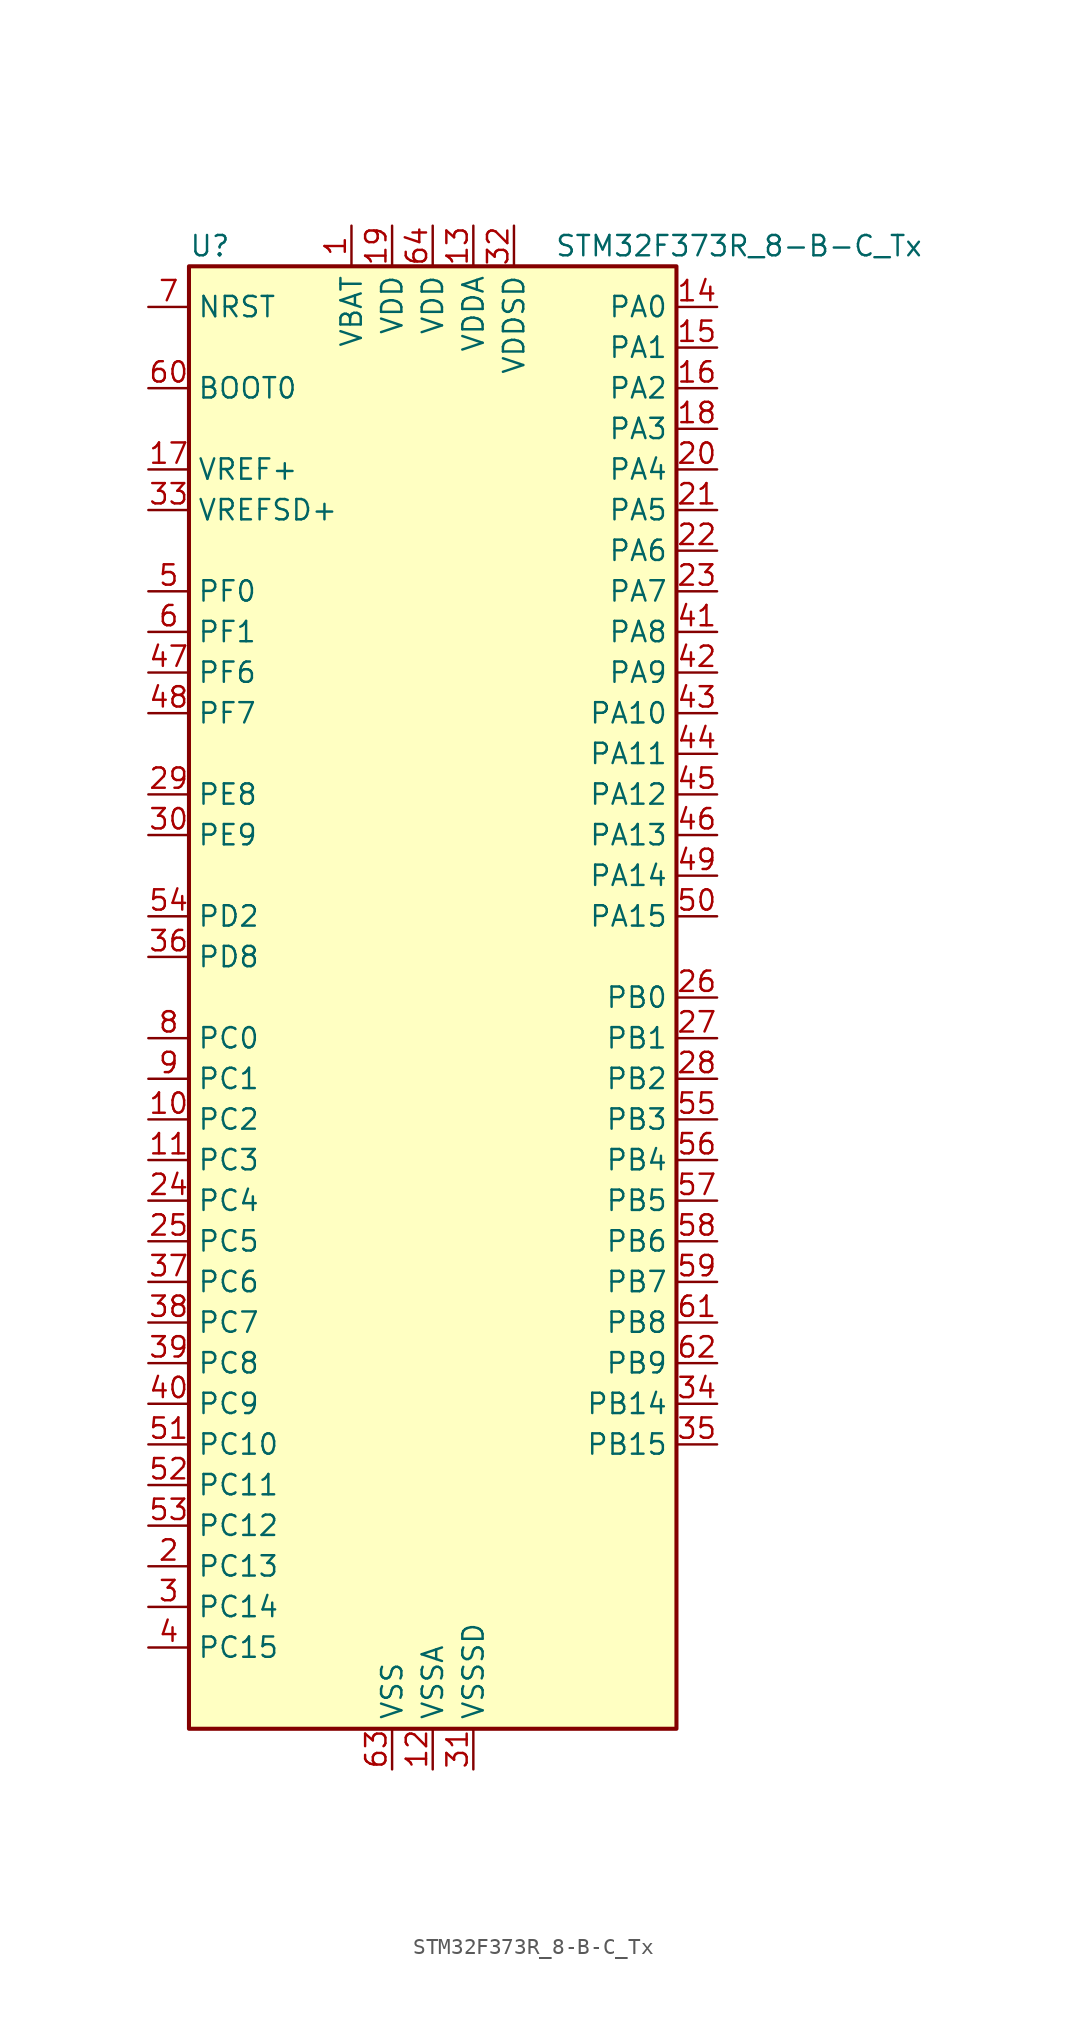
<source format=kicad_sym>
(kicad_symbol_lib
  (version 20220914)
  (generator kicad_symbol_editor)
  (symbol "STM32F373R_8-B-C_Tx"
    (property "Reference" "U"
      (at -15.24 46.99 0)
      (effects (font (size 1.27 1.27)) (justify left)))
    (property "Value" "STM32F373R_8-B-C_Tx"
      (at 7.62 46.99 0)
      (effects (font (size 1.27 1.27)) (justify left)))
    (property "ki_locked" ""
      (at 0 0 0)
      (effects (font (size 1.27 1.27))))
    (symbol "STM32F373R_8-B-C_Tx_0_1"
      (rectangle (start -15.24 -45.72) (end 15.24 45.72) (stroke (width 0.254) (type default)) (fill (type background))))
    (symbol "STM32F373R_8-B-C_Tx_1_1"
      (pin power_in line (at -5.08 48.26 270) (length 2.54) (name "VBAT" (effects (font (size 1.27 1.27)))) (number "1" (effects (font (size 1.27 1.27)))))
      (pin bidirectional line (at -17.78 -7.62 0) (length 2.54) (name "PC2" (effects (font (size 1.27 1.27)))) (number "10" (effects (font (size 1.27 1.27)))) (alternate "ADC1_IN12" bidirectional line) (alternate "I2S2_MCK" bidirectional line) (alternate "SPI2_MISO" bidirectional line) (alternate "TIM5_CH3" bidirectional line))
      (pin bidirectional line (at -17.78 -10.16 0) (length 2.54) (name "PC3" (effects (font (size 1.27 1.27)))) (number "11" (effects (font (size 1.27 1.27)))) (alternate "ADC1_IN13" bidirectional line) (alternate "I2S2_SD" bidirectional line) (alternate "SPI2_MOSI" bidirectional line) (alternate "TIM5_CH4" bidirectional line))
      (pin power_in line (at 0 -48.26 90) (length 2.54) (name "VSSA" (effects (font (size 1.27 1.27)))) (number "12" (effects (font (size 1.27 1.27)))))
      (pin power_in line (at 2.54 48.26 270) (length 2.54) (name "VDDA" (effects (font (size 1.27 1.27)))) (number "13" (effects (font (size 1.27 1.27)))))
      (pin bidirectional line (at 17.78 43.18 180) (length 2.54) (name "PA0" (effects (font (size 1.27 1.27)))) (number "14" (effects (font (size 1.27 1.27)))) (alternate "ADC1_IN0" bidirectional line) (alternate "COMP1_INM" bidirectional line) (alternate "COMP1_OUT" bidirectional line) (alternate "RTC_TAMP2" bidirectional line) (alternate "SYS_WKUP1" bidirectional line) (alternate "TIM19_CH1" bidirectional line) (alternate "TIM2_CH1" bidirectional line) (alternate "TIM2_ETR" bidirectional line) (alternate "TIM5_CH1" bidirectional line) (alternate "TIM5_ETR" bidirectional line) (alternate "TSC_G1_IO1" bidirectional line) (alternate "USART2_CTS" bidirectional line))
      (pin bidirectional line (at 17.78 40.64 180) (length 2.54) (name "PA1" (effects (font (size 1.27 1.27)))) (number "15" (effects (font (size 1.27 1.27)))) (alternate "ADC1_IN1" bidirectional line) (alternate "COMP1_INP" bidirectional line) (alternate "I2S3_CK" bidirectional line) (alternate "RTC_REFIN" bidirectional line) (alternate "SPI3_SCK" bidirectional line) (alternate "TIM15_CH1N" bidirectional line) (alternate "TIM19_CH2" bidirectional line) (alternate "TIM2_CH2" bidirectional line) (alternate "TIM5_CH2" bidirectional line) (alternate "TSC_G1_IO2" bidirectional line) (alternate "USART2_DE" bidirectional line) (alternate "USART2_RTS" bidirectional line))
      (pin bidirectional line (at 17.78 38.1 180) (length 2.54) (name "PA2" (effects (font (size 1.27 1.27)))) (number "16" (effects (font (size 1.27 1.27)))) (alternate "ADC1_IN2" bidirectional line) (alternate "COMP2_INM" bidirectional line) (alternate "COMP2_OUT" bidirectional line) (alternate "I2S3_MCK" bidirectional line) (alternate "SPI3_MISO" bidirectional line) (alternate "TIM15_CH1" bidirectional line) (alternate "TIM19_CH3" bidirectional line) (alternate "TIM2_CH3" bidirectional line) (alternate "TIM5_CH3" bidirectional line) (alternate "TSC_G1_IO3" bidirectional line) (alternate "USART2_TX" bidirectional line))
      (pin input line (at -17.78 33.02 0) (length 2.54) (name "VREF+" (effects (font (size 1.27 1.27)))) (number "17" (effects (font (size 1.27 1.27)))))
      (pin bidirectional line (at 17.78 35.56 180) (length 2.54) (name "PA3" (effects (font (size 1.27 1.27)))) (number "18" (effects (font (size 1.27 1.27)))) (alternate "ADC1_IN3" bidirectional line) (alternate "COMP2_INP" bidirectional line) (alternate "I2S3_SD" bidirectional line) (alternate "SPI3_MOSI" bidirectional line) (alternate "TIM15_CH2" bidirectional line) (alternate "TIM19_CH4" bidirectional line) (alternate "TIM2_CH4" bidirectional line) (alternate "TIM5_CH4" bidirectional line) (alternate "TSC_G1_IO4" bidirectional line) (alternate "USART2_RX" bidirectional line))
      (pin power_in line (at -2.54 48.26 270) (length 2.54) (name "VDD" (effects (font (size 1.27 1.27)))) (number "19" (effects (font (size 1.27 1.27)))))
      (pin bidirectional line (at -17.78 -35.56 0) (length 2.54) (name "PC13" (effects (font (size 1.27 1.27)))) (number "2" (effects (font (size 1.27 1.27)))) (alternate "RTC_OUT_ALARM" bidirectional line) (alternate "RTC_OUT_CALIB" bidirectional line) (alternate "RTC_TAMP1" bidirectional line) (alternate "RTC_TS" bidirectional line) (alternate "SYS_WKUP2" bidirectional line))
      (pin bidirectional line (at 17.78 33.02 180) (length 2.54) (name "PA4" (effects (font (size 1.27 1.27)))) (number "20" (effects (font (size 1.27 1.27)))) (alternate "ADC1_IN4" bidirectional line) (alternate "DAC1_OUT1" bidirectional line) (alternate "I2S1_WS" bidirectional line) (alternate "I2S3_WS" bidirectional line) (alternate "SPI1_NSS" bidirectional line) (alternate "SPI3_NSS" bidirectional line) (alternate "TIM12_CH1" bidirectional line) (alternate "TIM3_CH2" bidirectional line) (alternate "TSC_G2_IO1" bidirectional line) (alternate "USART2_CK" bidirectional line))
      (pin bidirectional line (at 17.78 30.48 180) (length 2.54) (name "PA5" (effects (font (size 1.27 1.27)))) (number "21" (effects (font (size 1.27 1.27)))) (alternate "ADC1_IN5" bidirectional line) (alternate "CEC" bidirectional line) (alternate "DAC1_OUT2" bidirectional line) (alternate "I2S1_CK" bidirectional line) (alternate "SPI1_SCK" bidirectional line) (alternate "TIM12_CH2" bidirectional line) (alternate "TIM14_CH1" bidirectional line) (alternate "TIM2_CH1" bidirectional line) (alternate "TIM2_ETR" bidirectional line) (alternate "TSC_G2_IO2" bidirectional line))
      (pin bidirectional line (at 17.78 27.94 180) (length 2.54) (name "PA6" (effects (font (size 1.27 1.27)))) (number "22" (effects (font (size 1.27 1.27)))) (alternate "ADC1_IN6" bidirectional line) (alternate "COMP1_OUT" bidirectional line) (alternate "DAC2_OUT1" bidirectional line) (alternate "I2S1_MCK" bidirectional line) (alternate "SPI1_MISO" bidirectional line) (alternate "TIM13_CH1" bidirectional line) (alternate "TIM16_CH1" bidirectional line) (alternate "TIM3_CH1" bidirectional line) (alternate "TSC_G2_IO3" bidirectional line))
      (pin bidirectional line (at 17.78 25.4 180) (length 2.54) (name "PA7" (effects (font (size 1.27 1.27)))) (number "23" (effects (font (size 1.27 1.27)))) (alternate "ADC1_IN7" bidirectional line) (alternate "COMP2_OUT" bidirectional line) (alternate "I2S1_SD" bidirectional line) (alternate "SPI1_MOSI" bidirectional line) (alternate "TIM14_CH1" bidirectional line) (alternate "TIM17_CH1" bidirectional line) (alternate "TIM3_CH2" bidirectional line) (alternate "TSC_G2_IO4" bidirectional line))
      (pin bidirectional line (at -17.78 -12.7 0) (length 2.54) (name "PC4" (effects (font (size 1.27 1.27)))) (number "24" (effects (font (size 1.27 1.27)))) (alternate "ADC1_IN14" bidirectional line) (alternate "TIM13_CH1" bidirectional line) (alternate "TSC_G3_IO1" bidirectional line) (alternate "USART1_TX" bidirectional line))
      (pin bidirectional line (at -17.78 -15.24 0) (length 2.54) (name "PC5" (effects (font (size 1.27 1.27)))) (number "25" (effects (font (size 1.27 1.27)))) (alternate "ADC1_IN15" bidirectional line) (alternate "TSC_G3_IO2" bidirectional line) (alternate "USART1_RX" bidirectional line))
      (pin bidirectional line (at 17.78 0 180) (length 2.54) (name "PB0" (effects (font (size 1.27 1.27)))) (number "26" (effects (font (size 1.27 1.27)))) (alternate "ADC1_IN8" bidirectional line) (alternate "I2S1_SD" bidirectional line) (alternate "SDADC1_AIN6P" bidirectional line) (alternate "SPI1_MOSI" bidirectional line) (alternate "TIM3_CH2" bidirectional line) (alternate "TIM3_CH3" bidirectional line) (alternate "TSC_G3_IO3" bidirectional line))
      (pin bidirectional line (at 17.78 -2.54 180) (length 2.54) (name "PB1" (effects (font (size 1.27 1.27)))) (number "27" (effects (font (size 1.27 1.27)))) (alternate "ADC1_IN9" bidirectional line) (alternate "SDADC1_AIN5P" bidirectional line) (alternate "SDADC1_AIN6M" bidirectional line) (alternate "TIM3_CH4" bidirectional line) (alternate "TSC_G3_IO4" bidirectional line))
      (pin bidirectional line (at 17.78 -5.08 180) (length 2.54) (name "PB2" (effects (font (size 1.27 1.27)))) (number "28" (effects (font (size 1.27 1.27)))) (alternate "SDADC1_AIN4P" bidirectional line) (alternate "SDADC2_AIN6P" bidirectional line))
      (pin bidirectional line (at -17.78 12.7 0) (length 2.54) (name "PE8" (effects (font (size 1.27 1.27)))) (number "29" (effects (font (size 1.27 1.27)))) (alternate "SDADC1_AIN8P" bidirectional line) (alternate "SDADC2_AIN8P" bidirectional line))
      (pin bidirectional line (at -17.78 -38.1 0) (length 2.54) (name "PC14" (effects (font (size 1.27 1.27)))) (number "3" (effects (font (size 1.27 1.27)))) (alternate "RCC_OSC32_IN" bidirectional line))
      (pin bidirectional line (at -17.78 10.16 0) (length 2.54) (name "PE9" (effects (font (size 1.27 1.27)))) (number "30" (effects (font (size 1.27 1.27)))) (alternate "DAC1_EXTI9" bidirectional line) (alternate "DAC2_EXTI9" bidirectional line) (alternate "SDADC1_AIN7P" bidirectional line) (alternate "SDADC1_AIN8M" bidirectional line) (alternate "SDADC2_AIN7P" bidirectional line) (alternate "SDADC2_AIN8M" bidirectional line))
      (pin power_in line (at 2.54 -48.26 90) (length 2.54) (name "VSSSD" (effects (font (size 1.27 1.27)))) (number "31" (effects (font (size 1.27 1.27)))))
      (pin power_in line (at 5.08 48.26 270) (length 2.54) (name "VDDSD" (effects (font (size 1.27 1.27)))) (number "32" (effects (font (size 1.27 1.27)))))
      (pin input line (at -17.78 30.48 0) (length 2.54) (name "VREFSD+" (effects (font (size 1.27 1.27)))) (number "33" (effects (font (size 1.27 1.27)))))
      (pin bidirectional line (at 17.78 -25.4 180) (length 2.54) (name "PB14" (effects (font (size 1.27 1.27)))) (number "34" (effects (font (size 1.27 1.27)))) (alternate "I2S2_MCK" bidirectional line) (alternate "SDADC3_AIN8P" bidirectional line) (alternate "SPI2_MISO" bidirectional line) (alternate "TIM12_CH1" bidirectional line) (alternate "TIM15_CH1" bidirectional line) (alternate "TSC_G6_IO1" bidirectional line) (alternate "USART3_DE" bidirectional line) (alternate "USART3_RTS" bidirectional line))
      (pin bidirectional line (at 17.78 -27.94 180) (length 2.54) (name "PB15" (effects (font (size 1.27 1.27)))) (number "35" (effects (font (size 1.27 1.27)))) (alternate "ADC1_EXTI15" bidirectional line) (alternate "I2S2_SD" bidirectional line) (alternate "RTC_REFIN" bidirectional line) (alternate "SDADC1_EXTI15" bidirectional line) (alternate "SDADC2_EXTI15" bidirectional line) (alternate "SDADC3_AIN7P" bidirectional line) (alternate "SDADC3_AIN8M" bidirectional line) (alternate "SDADC3_EXTI15" bidirectional line) (alternate "SPI2_MOSI" bidirectional line) (alternate "TIM12_CH2" bidirectional line) (alternate "TIM15_CH1N" bidirectional line) (alternate "TIM15_CH2" bidirectional line) (alternate "TSC_G6_IO2" bidirectional line))
      (pin bidirectional line (at -17.78 2.54 0) (length 2.54) (name "PD8" (effects (font (size 1.27 1.27)))) (number "36" (effects (font (size 1.27 1.27)))) (alternate "I2S2_CK" bidirectional line) (alternate "SDADC3_AIN6P" bidirectional line) (alternate "SPI2_SCK" bidirectional line) (alternate "TSC_G6_IO3" bidirectional line) (alternate "USART3_TX" bidirectional line))
      (pin bidirectional line (at -17.78 -17.78 0) (length 2.54) (name "PC6" (effects (font (size 1.27 1.27)))) (number "37" (effects (font (size 1.27 1.27)))) (alternate "I2S1_WS" bidirectional line) (alternate "SPI1_NSS" bidirectional line) (alternate "TIM3_CH1" bidirectional line))
      (pin bidirectional line (at -17.78 -20.32 0) (length 2.54) (name "PC7" (effects (font (size 1.27 1.27)))) (number "38" (effects (font (size 1.27 1.27)))) (alternate "I2S1_CK" bidirectional line) (alternate "SPI1_SCK" bidirectional line) (alternate "TIM3_CH2" bidirectional line))
      (pin bidirectional line (at -17.78 -22.86 0) (length 2.54) (name "PC8" (effects (font (size 1.27 1.27)))) (number "39" (effects (font (size 1.27 1.27)))) (alternate "I2S1_MCK" bidirectional line) (alternate "SPI1_MISO" bidirectional line) (alternate "TIM3_CH3" bidirectional line))
      (pin bidirectional line (at -17.78 -40.64 0) (length 2.54) (name "PC15" (effects (font (size 1.27 1.27)))) (number "4" (effects (font (size 1.27 1.27)))) (alternate "ADC1_EXTI15" bidirectional line) (alternate "RCC_OSC32_OUT" bidirectional line) (alternate "SDADC1_EXTI15" bidirectional line) (alternate "SDADC2_EXTI15" bidirectional line) (alternate "SDADC3_EXTI15" bidirectional line))
      (pin bidirectional line (at -17.78 -25.4 0) (length 2.54) (name "PC9" (effects (font (size 1.27 1.27)))) (number "40" (effects (font (size 1.27 1.27)))) (alternate "DAC1_EXTI9" bidirectional line) (alternate "DAC2_EXTI9" bidirectional line) (alternate "I2S1_SD" bidirectional line) (alternate "SPI1_MOSI" bidirectional line) (alternate "TIM3_CH4" bidirectional line))
      (pin bidirectional line (at 17.78 22.86 180) (length 2.54) (name "PA8" (effects (font (size 1.27 1.27)))) (number "41" (effects (font (size 1.27 1.27)))) (alternate "I2C2_SMBA" bidirectional line) (alternate "I2S2_CK" bidirectional line) (alternate "RCC_MCO" bidirectional line) (alternate "SPI2_SCK" bidirectional line) (alternate "TIM4_ETR" bidirectional line) (alternate "TIM5_CH1" bidirectional line) (alternate "TIM5_ETR" bidirectional line) (alternate "USART1_CK" bidirectional line))
      (pin bidirectional line (at 17.78 20.32 180) (length 2.54) (name "PA9" (effects (font (size 1.27 1.27)))) (number "42" (effects (font (size 1.27 1.27)))) (alternate "DAC1_EXTI9" bidirectional line) (alternate "DAC2_EXTI9" bidirectional line) (alternate "I2C2_SCL" bidirectional line) (alternate "I2S2_MCK" bidirectional line) (alternate "SPI2_MISO" bidirectional line) (alternate "TIM13_CH1" bidirectional line) (alternate "TIM15_BKIN" bidirectional line) (alternate "TIM2_CH3" bidirectional line) (alternate "TSC_G4_IO1" bidirectional line) (alternate "USART1_TX" bidirectional line))
      (pin bidirectional line (at 17.78 17.78 180) (length 2.54) (name "PA10" (effects (font (size 1.27 1.27)))) (number "43" (effects (font (size 1.27 1.27)))) (alternate "I2C2_SDA" bidirectional line) (alternate "I2S2_SD" bidirectional line) (alternate "SPI2_MOSI" bidirectional line) (alternate "TIM14_CH1" bidirectional line) (alternate "TIM17_BKIN" bidirectional line) (alternate "TIM2_CH4" bidirectional line) (alternate "TSC_G4_IO2" bidirectional line) (alternate "USART1_RX" bidirectional line))
      (pin bidirectional line (at 17.78 15.24 180) (length 2.54) (name "PA11" (effects (font (size 1.27 1.27)))) (number "44" (effects (font (size 1.27 1.27)))) (alternate "ADC1_EXTI11" bidirectional line) (alternate "CAN_RX" bidirectional line) (alternate "COMP1_OUT" bidirectional line) (alternate "I2S1_WS" bidirectional line) (alternate "I2S2_WS" bidirectional line) (alternate "SDADC1_EXTI11" bidirectional line) (alternate "SDADC2_EXTI11" bidirectional line) (alternate "SDADC3_EXTI11" bidirectional line) (alternate "SPI1_NSS" bidirectional line) (alternate "SPI2_NSS" bidirectional line) (alternate "TIM4_CH1" bidirectional line) (alternate "TIM5_CH2" bidirectional line) (alternate "USART1_CTS" bidirectional line) (alternate "USB_DM" bidirectional line))
      (pin bidirectional line (at 17.78 12.7 180) (length 2.54) (name "PA12" (effects (font (size 1.27 1.27)))) (number "45" (effects (font (size 1.27 1.27)))) (alternate "CAN_TX" bidirectional line) (alternate "COMP2_OUT" bidirectional line) (alternate "I2S1_CK" bidirectional line) (alternate "SPI1_SCK" bidirectional line) (alternate "TIM16_CH1" bidirectional line) (alternate "TIM4_CH2" bidirectional line) (alternate "TIM5_CH3" bidirectional line) (alternate "USART1_DE" bidirectional line) (alternate "USART1_RTS" bidirectional line) (alternate "USB_DP" bidirectional line))
      (pin bidirectional line (at 17.78 10.16 180) (length 2.54) (name "PA13" (effects (font (size 1.27 1.27)))) (number "46" (effects (font (size 1.27 1.27)))) (alternate "I2S1_MCK" bidirectional line) (alternate "IR_OUT" bidirectional line) (alternate "SPI1_MISO" bidirectional line) (alternate "SYS_JTMS-SWDIO" bidirectional line) (alternate "TIM16_CH1N" bidirectional line) (alternate "TIM4_CH3" bidirectional line) (alternate "TIM5_CH4" bidirectional line) (alternate "TSC_G4_IO3" bidirectional line) (alternate "USART3_CTS" bidirectional line))
      (pin bidirectional line (at -17.78 20.32 0) (length 2.54) (name "PF6" (effects (font (size 1.27 1.27)))) (number "47" (effects (font (size 1.27 1.27)))) (alternate "I2C2_SCL" bidirectional line) (alternate "I2S1_SD" bidirectional line) (alternate "SPI1_MOSI" bidirectional line) (alternate "TIM4_CH4" bidirectional line) (alternate "USART3_DE" bidirectional line) (alternate "USART3_RTS" bidirectional line))
      (pin bidirectional line (at -17.78 17.78 0) (length 2.54) (name "PF7" (effects (font (size 1.27 1.27)))) (number "48" (effects (font (size 1.27 1.27)))) (alternate "I2C2_SDA" bidirectional line) (alternate "USART2_CK" bidirectional line))
      (pin bidirectional line (at 17.78 7.62 180) (length 2.54) (name "PA14" (effects (font (size 1.27 1.27)))) (number "49" (effects (font (size 1.27 1.27)))) (alternate "I2C1_SDA" bidirectional line) (alternate "SYS_JTCK-SWCLK" bidirectional line) (alternate "TIM12_CH1" bidirectional line) (alternate "TSC_G4_IO4" bidirectional line))
      (pin bidirectional line (at -17.78 25.4 0) (length 2.54) (name "PF0" (effects (font (size 1.27 1.27)))) (number "5" (effects (font (size 1.27 1.27)))) (alternate "I2C2_SDA" bidirectional line) (alternate "RCC_OSC_IN" bidirectional line))
      (pin bidirectional line (at 17.78 5.08 180) (length 2.54) (name "PA15" (effects (font (size 1.27 1.27)))) (number "50" (effects (font (size 1.27 1.27)))) (alternate "ADC1_EXTI15" bidirectional line) (alternate "I2C1_SCL" bidirectional line) (alternate "I2S1_WS" bidirectional line) (alternate "I2S3_WS" bidirectional line) (alternate "SDADC1_EXTI15" bidirectional line) (alternate "SDADC2_EXTI15" bidirectional line) (alternate "SDADC3_EXTI15" bidirectional line) (alternate "SPI1_NSS" bidirectional line) (alternate "SPI3_NSS" bidirectional line) (alternate "SYS_JTDI" bidirectional line) (alternate "TIM12_CH2" bidirectional line) (alternate "TIM2_CH1" bidirectional line) (alternate "TIM2_ETR" bidirectional line) (alternate "TSC_SYNC" bidirectional line))
      (pin bidirectional line (at -17.78 -27.94 0) (length 2.54) (name "PC10" (effects (font (size 1.27 1.27)))) (number "51" (effects (font (size 1.27 1.27)))) (alternate "I2S3_CK" bidirectional line) (alternate "SPI3_SCK" bidirectional line) (alternate "TIM19_CH1" bidirectional line) (alternate "USART3_TX" bidirectional line))
      (pin bidirectional line (at -17.78 -30.48 0) (length 2.54) (name "PC11" (effects (font (size 1.27 1.27)))) (number "52" (effects (font (size 1.27 1.27)))) (alternate "ADC1_EXTI11" bidirectional line) (alternate "I2S3_MCK" bidirectional line) (alternate "SDADC1_EXTI11" bidirectional line) (alternate "SDADC2_EXTI11" bidirectional line) (alternate "SDADC3_EXTI11" bidirectional line) (alternate "SPI3_MISO" bidirectional line) (alternate "TIM19_CH2" bidirectional line) (alternate "USART3_RX" bidirectional line))
      (pin bidirectional line (at -17.78 -33.02 0) (length 2.54) (name "PC12" (effects (font (size 1.27 1.27)))) (number "53" (effects (font (size 1.27 1.27)))) (alternate "I2S3_SD" bidirectional line) (alternate "SPI3_MOSI" bidirectional line) (alternate "TIM19_CH3" bidirectional line) (alternate "USART3_CK" bidirectional line))
      (pin bidirectional line (at -17.78 5.08 0) (length 2.54) (name "PD2" (effects (font (size 1.27 1.27)))) (number "54" (effects (font (size 1.27 1.27)))) (alternate "TIM3_ETR" bidirectional line))
      (pin bidirectional line (at 17.78 -7.62 180) (length 2.54) (name "PB3" (effects (font (size 1.27 1.27)))) (number "55" (effects (font (size 1.27 1.27)))) (alternate "I2S1_CK" bidirectional line) (alternate "I2S3_CK" bidirectional line) (alternate "SPI1_SCK" bidirectional line) (alternate "SPI3_SCK" bidirectional line) (alternate "SYS_JTDO-TRACESWO" bidirectional line) (alternate "TIM13_CH1" bidirectional line) (alternate "TIM2_CH2" bidirectional line) (alternate "TIM3_ETR" bidirectional line) (alternate "TIM4_ETR" bidirectional line) (alternate "TSC_G5_IO1" bidirectional line) (alternate "USART2_TX" bidirectional line))
      (pin bidirectional line (at 17.78 -10.16 180) (length 2.54) (name "PB4" (effects (font (size 1.27 1.27)))) (number "56" (effects (font (size 1.27 1.27)))) (alternate "I2S1_MCK" bidirectional line) (alternate "I2S3_MCK" bidirectional line) (alternate "SPI1_MISO" bidirectional line) (alternate "SPI3_MISO" bidirectional line) (alternate "SYS_NJTRST" bidirectional line) (alternate "TIM15_CH1N" bidirectional line) (alternate "TIM16_CH1" bidirectional line) (alternate "TIM17_BKIN" bidirectional line) (alternate "TIM3_CH1" bidirectional line) (alternate "TSC_G5_IO2" bidirectional line) (alternate "USART2_RX" bidirectional line))
      (pin bidirectional line (at 17.78 -12.7 180) (length 2.54) (name "PB5" (effects (font (size 1.27 1.27)))) (number "57" (effects (font (size 1.27 1.27)))) (alternate "I2C1_SMBA" bidirectional line) (alternate "I2S1_SD" bidirectional line) (alternate "I2S3_SD" bidirectional line) (alternate "SPI1_MOSI" bidirectional line) (alternate "SPI3_MOSI" bidirectional line) (alternate "TIM16_BKIN" bidirectional line) (alternate "TIM17_CH1" bidirectional line) (alternate "TIM19_ETR" bidirectional line) (alternate "TIM3_CH2" bidirectional line) (alternate "USART2_CK" bidirectional line))
      (pin bidirectional line (at 17.78 -15.24 180) (length 2.54) (name "PB6" (effects (font (size 1.27 1.27)))) (number "58" (effects (font (size 1.27 1.27)))) (alternate "I2C1_SCL" bidirectional line) (alternate "TIM15_CH1" bidirectional line) (alternate "TIM16_CH1N" bidirectional line) (alternate "TIM19_CH1" bidirectional line) (alternate "TIM3_CH3" bidirectional line) (alternate "TIM4_CH1" bidirectional line) (alternate "TSC_G5_IO3" bidirectional line) (alternate "USART1_TX" bidirectional line))
      (pin bidirectional line (at 17.78 -17.78 180) (length 2.54) (name "PB7" (effects (font (size 1.27 1.27)))) (number "59" (effects (font (size 1.27 1.27)))) (alternate "I2C1_SDA" bidirectional line) (alternate "TIM15_CH2" bidirectional line) (alternate "TIM17_CH1N" bidirectional line) (alternate "TIM19_CH2" bidirectional line) (alternate "TIM3_CH4" bidirectional line) (alternate "TIM4_CH2" bidirectional line) (alternate "TSC_G5_IO4" bidirectional line) (alternate "USART1_RX" bidirectional line))
      (pin bidirectional line (at -17.78 22.86 0) (length 2.54) (name "PF1" (effects (font (size 1.27 1.27)))) (number "6" (effects (font (size 1.27 1.27)))) (alternate "I2C2_SCL" bidirectional line) (alternate "RCC_OSC_OUT" bidirectional line))
      (pin input line (at -17.78 38.1 0) (length 2.54) (name "BOOT0" (effects (font (size 1.27 1.27)))) (number "60" (effects (font (size 1.27 1.27)))))
      (pin bidirectional line (at 17.78 -20.32 180) (length 2.54) (name "PB8" (effects (font (size 1.27 1.27)))) (number "61" (effects (font (size 1.27 1.27)))) (alternate "CAN_RX" bidirectional line) (alternate "CEC" bidirectional line) (alternate "COMP1_OUT" bidirectional line) (alternate "I2C1_SCL" bidirectional line) (alternate "I2S2_CK" bidirectional line) (alternate "SPI2_SCK" bidirectional line) (alternate "TIM16_CH1" bidirectional line) (alternate "TIM19_CH3" bidirectional line) (alternate "TIM4_CH3" bidirectional line) (alternate "TSC_SYNC" bidirectional line) (alternate "USART3_TX" bidirectional line))
      (pin bidirectional line (at 17.78 -22.86 180) (length 2.54) (name "PB9" (effects (font (size 1.27 1.27)))) (number "62" (effects (font (size 1.27 1.27)))) (alternate "CAN_TX" bidirectional line) (alternate "COMP2_OUT" bidirectional line) (alternate "DAC1_EXTI9" bidirectional line) (alternate "DAC2_EXTI9" bidirectional line) (alternate "I2C1_SDA" bidirectional line) (alternate "I2S2_WS" bidirectional line) (alternate "IR_OUT" bidirectional line) (alternate "SPI2_NSS" bidirectional line) (alternate "TIM17_CH1" bidirectional line) (alternate "TIM19_CH4" bidirectional line) (alternate "TIM4_CH4" bidirectional line) (alternate "USART3_RX" bidirectional line))
      (pin power_in line (at -2.54 -48.26 90) (length 2.54) (name "VSS" (effects (font (size 1.27 1.27)))) (number "63" (effects (font (size 1.27 1.27)))))
      (pin power_in line (at 0 48.26 270) (length 2.54) (name "VDD" (effects (font (size 1.27 1.27)))) (number "64" (effects (font (size 1.27 1.27)))))
      (pin input line (at -17.78 43.18 0) (length 2.54) (name "NRST" (effects (font (size 1.27 1.27)))) (number "7" (effects (font (size 1.27 1.27)))))
      (pin bidirectional line (at -17.78 -2.54 0) (length 2.54) (name "PC0" (effects (font (size 1.27 1.27)))) (number "8" (effects (font (size 1.27 1.27)))) (alternate "ADC1_IN10" bidirectional line) (alternate "TIM5_CH1" bidirectional line) (alternate "TIM5_ETR" bidirectional line))
      (pin bidirectional line (at -17.78 -5.08 0) (length 2.54) (name "PC1" (effects (font (size 1.27 1.27)))) (number "9" (effects (font (size 1.27 1.27)))) (alternate "ADC1_IN11" bidirectional line) (alternate "TIM5_CH2" bidirectional line)))))
</source>
